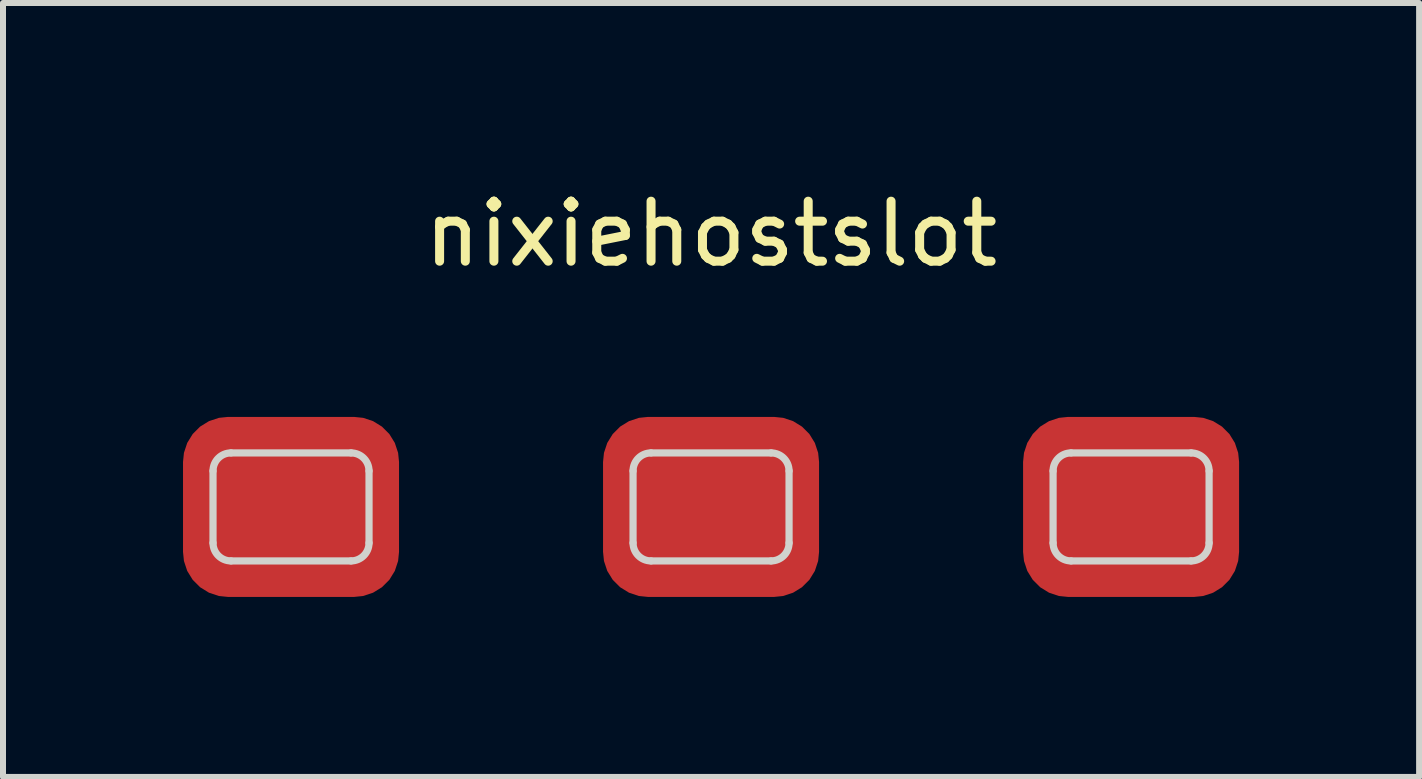
<source format=kicad_pcb>
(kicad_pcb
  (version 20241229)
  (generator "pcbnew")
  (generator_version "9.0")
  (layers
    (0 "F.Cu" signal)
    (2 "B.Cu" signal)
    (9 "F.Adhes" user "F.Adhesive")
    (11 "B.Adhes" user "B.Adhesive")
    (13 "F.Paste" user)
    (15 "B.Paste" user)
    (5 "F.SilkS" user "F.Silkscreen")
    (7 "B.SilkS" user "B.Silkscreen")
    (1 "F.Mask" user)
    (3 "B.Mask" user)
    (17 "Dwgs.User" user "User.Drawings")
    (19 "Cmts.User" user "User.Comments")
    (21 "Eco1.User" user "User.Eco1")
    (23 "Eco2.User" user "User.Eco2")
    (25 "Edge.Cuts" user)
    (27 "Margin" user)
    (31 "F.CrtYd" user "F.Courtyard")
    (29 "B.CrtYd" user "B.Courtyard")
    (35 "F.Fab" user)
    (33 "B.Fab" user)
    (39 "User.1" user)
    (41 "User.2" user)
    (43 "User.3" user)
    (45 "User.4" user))
  (footprint "nixiehostslot"
    (layer "F.Cu")
    (at 8.8 5.398)
    (property "Reference" "nixiehostslot" (at 0 -4.55 0) (unlocked yes) (layer "F.SilkS") (effects (font (size 1 1) (thickness 0.15))))
    (attr smd)
    (fp_line (start -8.3 0.6) (end -8.3 -0.6) (stroke (width 0.12) (type solid)) (layer "Edge.Cuts"))
    (fp_line (start -8 -0.9) (end -6 -0.9) (stroke (width 0.12) (type solid)) (layer "Edge.Cuts"))
    (fp_line (start -6 0.9) (end -8 0.9) (stroke (width 0.12) (type solid)) (layer "Edge.Cuts"))
    (fp_line (start -5.7 -0.6) (end -5.7 0.6) (stroke (width 0.12) (type solid)) (layer "Edge.Cuts"))
    (fp_line (start -1.3 0.6) (end -1.3 -0.6) (stroke (width 0.12) (type solid)) (layer "Edge.Cuts"))
    (fp_line (start -1 -0.9) (end 1 -0.9) (stroke (width 0.12) (type solid)) (layer "Edge.Cuts"))
    (fp_line (start 1 0.9) (end -1 0.9) (stroke (width 0.12) (type solid)) (layer "Edge.Cuts"))
    (fp_line (start 1.3 -0.6) (end 1.3 0.6) (stroke (width 0.12) (type solid)) (layer "Edge.Cuts"))
    (fp_line (start 5.7 0.6) (end 5.7 -0.6) (stroke (width 0.12) (type solid)) (layer "Edge.Cuts"))
    (fp_line (start 6 -0.9) (end 8 -0.9) (stroke (width 0.12) (type solid)) (layer "Edge.Cuts"))
    (fp_line (start 8 0.9) (end 6 0.9) (stroke (width 0.12) (type solid)) (layer "Edge.Cuts"))
    (fp_line (start 8.3 -0.6) (end 8.3 0.6) (stroke (width 0.12) (type solid)) (layer "Edge.Cuts"))
    (fp_arc (start -8.3 -0.6) (mid -8.212132 -0.812132) (end -8 -0.9) (stroke (width 0.12) (type solid)) (layer "Edge.Cuts"))
    (fp_arc (start -8 0.9) (mid -8.212132 0.812132) (end -8.3 0.6) (stroke (width 0.12) (type solid)) (layer "Edge.Cuts"))
    (fp_arc (start -6 -0.9) (mid -5.787868 -0.812132) (end -5.7 -0.6) (stroke (width 0.12) (type solid)) (layer "Edge.Cuts"))
    (fp_arc (start -5.7 0.6) (mid -5.787868 0.812132) (end -6 0.9) (stroke (width 0.12) (type solid)) (layer "Edge.Cuts"))
    (fp_arc (start -1.3 -0.6) (mid -1.212132 -0.812132) (end -1 -0.9) (stroke (width 0.12) (type solid)) (layer "Edge.Cuts"))
    (fp_arc (start -1 0.9) (mid -1.212132 0.812132) (end -1.3 0.6) (stroke (width 0.12) (type solid)) (layer "Edge.Cuts"))
    (fp_arc (start 1 -0.9) (mid 1.212132 -0.812132) (end 1.3 -0.6) (stroke (width 0.12) (type solid)) (layer "Edge.Cuts"))
    (fp_arc (start 1.3 0.6) (mid 1.212132 0.812132) (end 1 0.9) (stroke (width 0.12) (type solid)) (layer "Edge.Cuts"))
    (fp_arc (start 5.7 -0.6) (mid 5.787868 -0.812132) (end 6 -0.9) (stroke (width 0.12) (type solid)) (layer "Edge.Cuts"))
    (fp_arc (start 6 0.9) (mid 5.787868 0.812132) (end 5.7 0.6) (stroke (width 0.12) (type solid)) (layer "Edge.Cuts"))
    (fp_arc (start 8 -0.9) (mid 8.212132 -0.812132) (end 8.3 -0.6) (stroke (width 0.12) (type solid)) (layer "Edge.Cuts"))
    (fp_arc (start 8.3 0.6) (mid 8.212132 0.812132) (end 8 0.9) (stroke (width 0.12) (type solid)) (layer "Edge.Cuts"))
    (pad "1" smd roundrect (at -7 0) (size 3.6 3) (layers "F.Cu" "F.Mask" "F.Paste") (roundrect_rratio 0.25))
    (pad "2" smd roundrect (at 0 0) (size 3.6 3) (layers "F.Cu" "F.Mask" "F.Paste") (roundrect_rratio 0.25))
    (pad "3" smd roundrect (at 7 0) (size 3.6 3) (layers "F.Cu" "F.Mask" "F.Paste") (roundrect_rratio 0.25)))
  (gr_rect
    (start -3 -3)
    (end 20.6 9.898)
    (stroke (width 0.1) (type default))
    (fill no)
    (layer "Edge.Cuts")))
</source>
